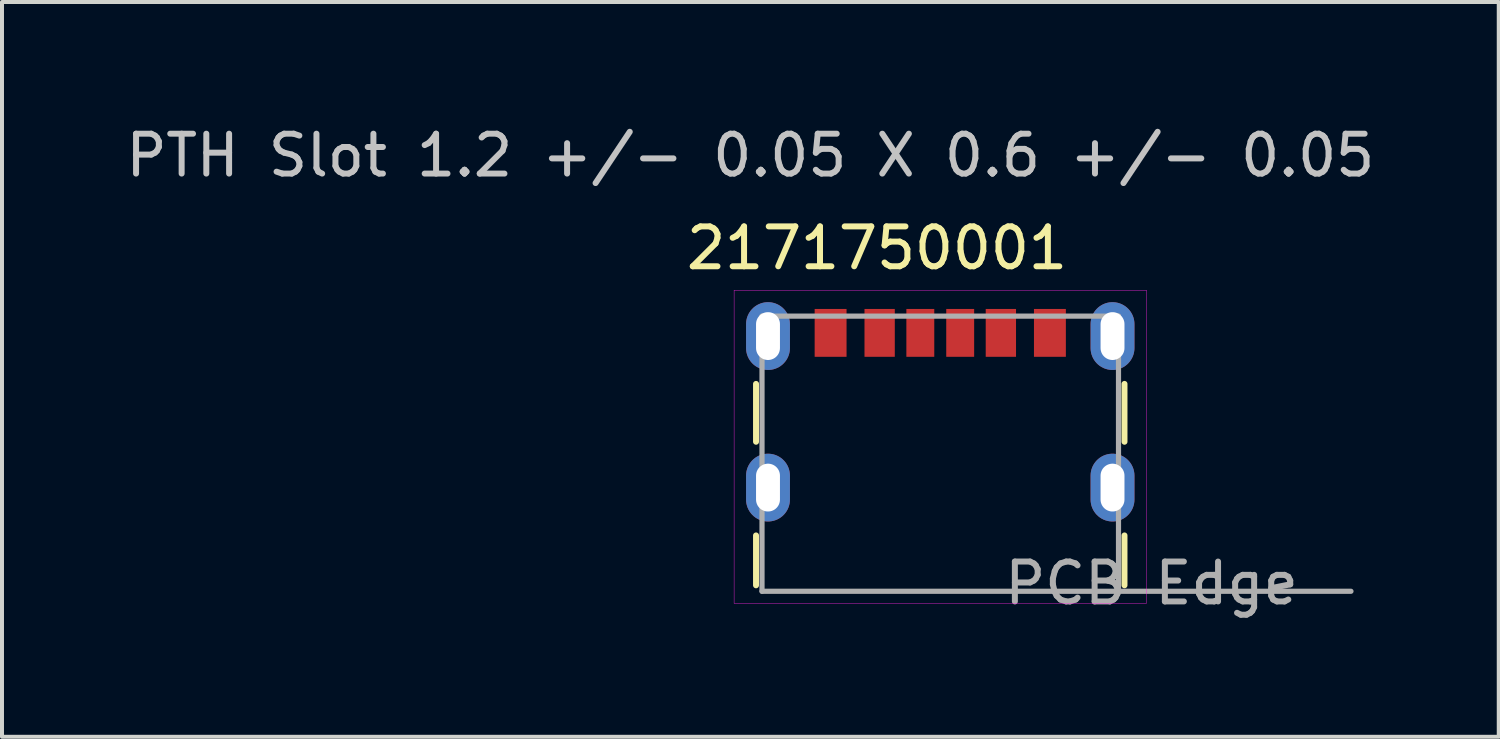
<source format=kicad_pcb>
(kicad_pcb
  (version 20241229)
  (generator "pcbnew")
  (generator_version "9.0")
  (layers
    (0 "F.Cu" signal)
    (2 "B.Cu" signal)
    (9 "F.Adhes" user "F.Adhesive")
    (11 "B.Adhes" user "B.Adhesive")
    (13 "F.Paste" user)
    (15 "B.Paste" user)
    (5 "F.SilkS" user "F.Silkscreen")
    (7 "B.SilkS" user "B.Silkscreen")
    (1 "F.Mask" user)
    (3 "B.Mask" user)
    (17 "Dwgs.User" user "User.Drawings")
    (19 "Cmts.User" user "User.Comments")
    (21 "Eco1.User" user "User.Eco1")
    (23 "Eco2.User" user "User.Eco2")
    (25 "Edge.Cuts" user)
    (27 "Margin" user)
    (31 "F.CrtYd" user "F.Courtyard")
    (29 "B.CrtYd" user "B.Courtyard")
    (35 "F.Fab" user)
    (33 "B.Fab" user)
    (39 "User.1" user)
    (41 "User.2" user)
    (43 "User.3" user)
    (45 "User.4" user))
  (footprint "2171750001"
    (layer "F.Cu")
    (at 20.53 11.778)
    (property "Reference" "2171750001" (at -1.587 -8.605 0) (layer "F.SilkS") (effects (font (size 1 1) (thickness 0.15))))
    (attr smd)
    (fp_poly (pts (xy -3.213 -7.144) (xy -2.287 -7.144) (xy -2.287 -5.816) (xy -3.213 -5.816)) (stroke (width 0.01) (type solid)) (fill yes) (layer "F.Mask"))
    (fp_poly (pts (xy -1.964 -7.144) (xy -1.077 -7.144) (xy -1.077 -5.816) (xy -1.964 -5.816)) (stroke (width 0.01) (type solid)) (fill yes) (layer "F.Mask"))
    (fp_poly (pts (xy -0.913 -7.144) (xy -0.086 -7.144) (xy -0.086 -5.816) (xy -0.913 -5.816)) (stroke (width 0.01) (type solid)) (fill yes) (layer "F.Mask"))
    (fp_poly (pts (xy 0.086 -7.144) (xy 0.913 -7.144) (xy 0.913 -5.816) (xy 0.086 -5.816)) (stroke (width 0.01) (type solid)) (fill yes) (layer "F.Mask"))
    (fp_poly (pts (xy 1.077 -7.144) (xy 1.964 -7.144) (xy 1.964 -5.816) (xy 1.077 -5.816)) (stroke (width 0.01) (type solid)) (fill yes) (layer "F.Mask"))
    (fp_poly (pts (xy 2.287 -7.144) (xy 3.213 -7.144) (xy 3.213 -5.816) (xy 2.287 -5.816)) (stroke (width 0.01) (type solid)) (fill yes) (layer "F.Mask"))
    (fp_line (start -4.62 -3.75) (end -4.62 -5.2) (stroke (width 0.15) (type solid)) (layer "F.SilkS"))
    (fp_line (start -4.62 -0.15) (end -4.62 -1.4) (stroke (width 0.15) (type solid)) (layer "F.SilkS"))
    (fp_line (start 4.62 -3.75) (end 4.62 -5.2) (stroke (width 0.15) (type solid)) (layer "F.SilkS"))
    (fp_line (start 4.62 -0.15) (end 4.62 -1.4) (stroke (width 0.15) (type solid)) (layer "F.SilkS"))
    (fp_line (start -5.17 -7.55) (end -5.17 0.3) (stroke (width 0.01) (type solid)) (layer "F.CrtYd"))
    (fp_line (start -5.17 0.3) (end 5.17 0.3) (stroke (width 0.01) (type solid)) (layer "F.CrtYd"))
    (fp_line (start 5.17 -7.55) (end -5.17 -7.55) (stroke (width 0.01) (type solid)) (layer "F.CrtYd"))
    (fp_line (start 5.17 0.3) (end 5.17 -7.55) (stroke (width 0.01) (type solid)) (layer "F.CrtYd"))
    (fp_line (start -4.47 -6.9) (end 4.47 -6.9) (stroke (width 0.13) (type solid)) (layer "F.Fab"))
    (fp_line (start -4.47 0) (end -4.47 -6.9) (stroke (width 0.13) (type solid)) (layer "F.Fab"))
    (fp_line (start 4.47 -6.9) (end 4.47 0) (stroke (width 0.13) (type solid)) (layer "F.Fab"))
    (fp_line (start 4.47 0) (end -4.47 0) (stroke (width 0.13) (type solid)) (layer "F.Fab"))
    (fp_line (start 4.47 0) (end 10.3 0) (stroke (width 0.13) (type solid)) (layer "F.Fab"))
    (fp_text user "PTH Slot 1.2 +/- 0.05 X 0.6 +/- 0.05" (at -4.763 -10.93 0) (layer "Dwgs.User") (effects (font (size 1 1) (thickness 0.15))))
    (fp_text user "PCB Edge" (at 5.3 -0.2 0) (layer "F.Fab") (effects (font (size 1 1) (thickness 0.15))))
    (pad "A5" smd rect (at -0.5 -6.48) (size 0.7 1.2) (layers "F.Cu" "F.Paste"))
    (pad "A9" smd rect (at 1.52 -6.48) (size 0.76 1.2) (layers "F.Cu" "F.Paste"))
    (pad "A12" smd rect (at 2.75 -6.48) (size 0.8 1.2) (layers "F.Cu" "F.Paste"))
    (pad "B5" smd rect (at 0.5 -6.48) (size 0.7 1.2) (layers "F.Cu" "F.Paste"))
    (pad "B9" smd rect (at -1.52 -6.48) (size 0.76 1.2) (layers "F.Cu" "F.Paste"))
    (pad "B12" smd rect (at -2.75 -6.48) (size 0.8 1.2) (layers "F.Cu" "F.Paste"))
    (pad "SH1" thru_hole oval (at -4.32 -2.6) (size 1.1 1.7) (drill oval 0.6 1.2) (layers "*.Cu" "*.Mask"))
    (pad "SH2" thru_hole oval (at 4.32 -2.6) (size 1.1 1.7) (drill oval 0.6 1.2) (layers "*.Cu" "*.Mask"))
    (pad "SH3" thru_hole oval (at -4.32 -6.4) (size 1.1 1.7) (drill oval 0.6 1.2) (layers "*.Cu" "*.Mask"))
    (pad "SH4" thru_hole oval (at 4.32 -6.4) (size 1.1 1.7) (drill oval 0.6 1.2) (layers "*.Cu" "*.Mask")))
  (gr_rect
    (start -3 -3)
    (end 34.536 15.427)
    (stroke (width 0.1) (type default))
    (fill no)
    (layer "Edge.Cuts")))
</source>
